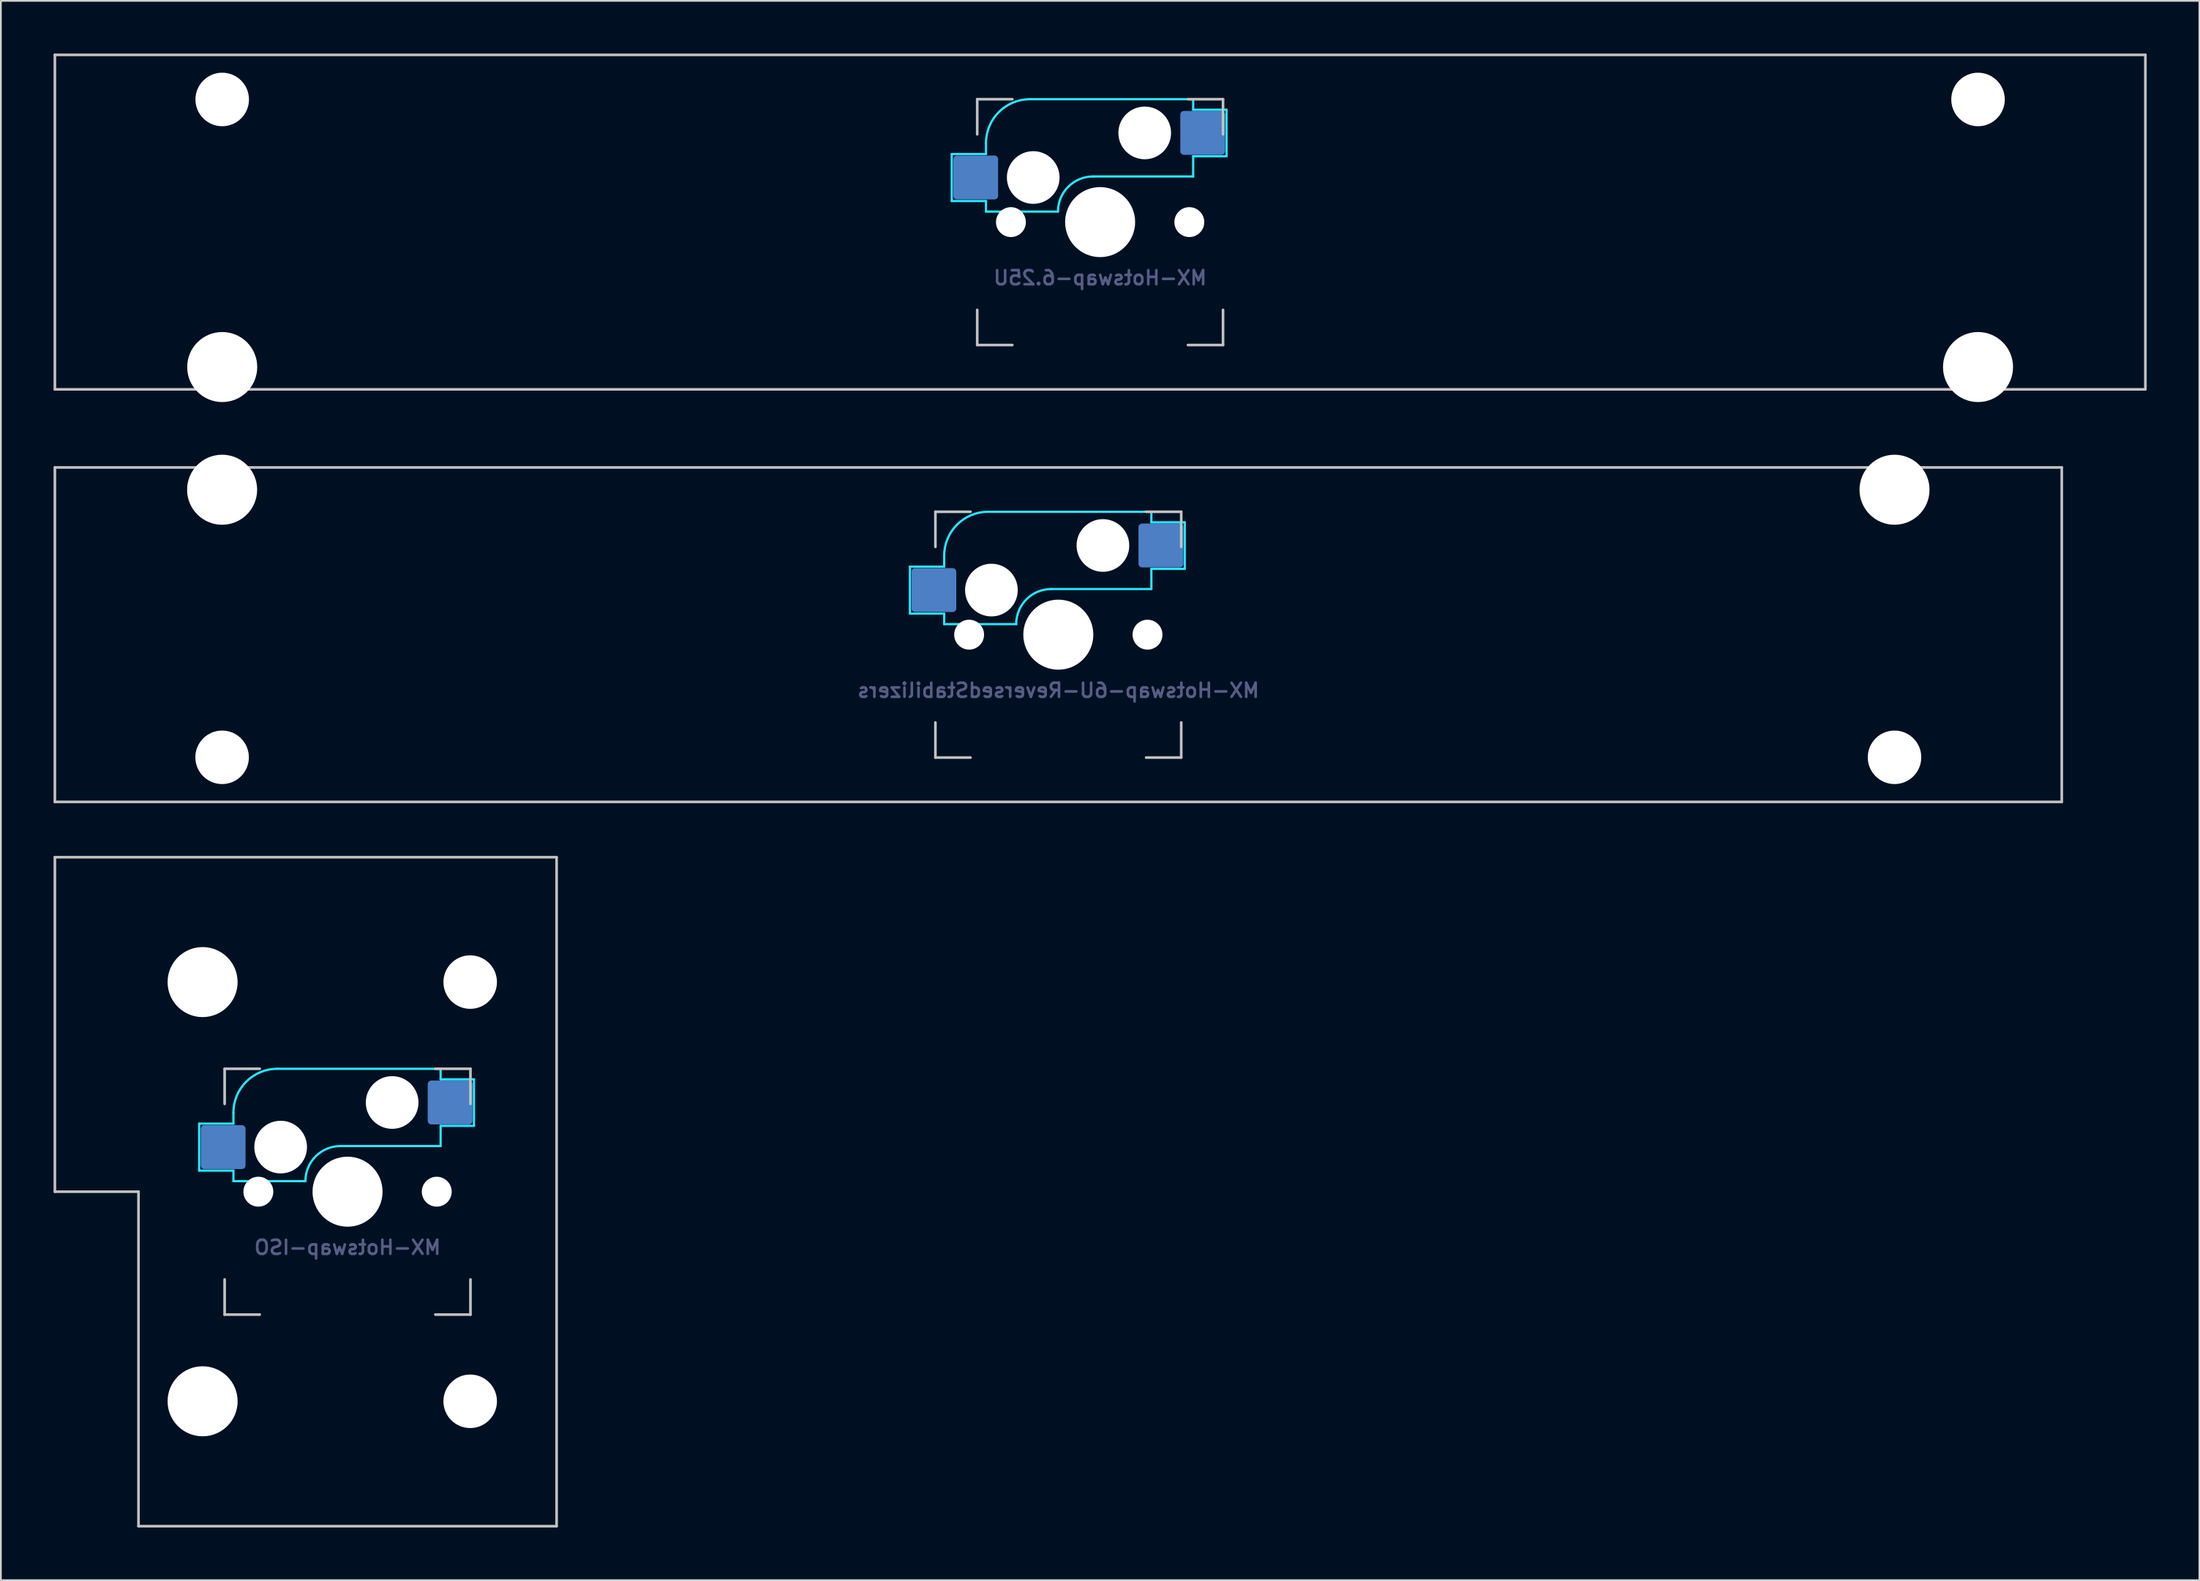
<source format=kicad_pcb>
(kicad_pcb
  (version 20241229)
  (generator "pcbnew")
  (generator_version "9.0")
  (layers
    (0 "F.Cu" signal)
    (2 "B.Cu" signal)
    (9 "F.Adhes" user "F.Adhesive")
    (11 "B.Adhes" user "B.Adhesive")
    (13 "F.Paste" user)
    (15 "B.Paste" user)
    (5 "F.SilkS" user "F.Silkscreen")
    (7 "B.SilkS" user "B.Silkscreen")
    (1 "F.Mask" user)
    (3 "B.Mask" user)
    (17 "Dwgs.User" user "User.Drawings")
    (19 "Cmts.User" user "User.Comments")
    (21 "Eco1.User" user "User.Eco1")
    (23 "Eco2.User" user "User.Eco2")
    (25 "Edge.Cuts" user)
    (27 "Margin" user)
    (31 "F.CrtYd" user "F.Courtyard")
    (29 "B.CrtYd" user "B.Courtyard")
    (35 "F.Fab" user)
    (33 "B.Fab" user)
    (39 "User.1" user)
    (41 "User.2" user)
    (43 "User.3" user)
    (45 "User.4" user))
  (footprint "MX-Hotswap-6U-ReversedStabilizers"
    (layer "F.Cu")
    (at 57.225 33.098)
    (property "Reference" "MX-Hotswap-6U-ReversedStabilizers" (at 0 3.175 0) (layer "B.Fab") (effects (font (size 0.8 0.8) (thickness 0.15)) (justify mirror)))
    (attr smd)
    (fp_line (start -57.15 9.525) (end -57.15 -9.525) (stroke (width 0.15) (type solid)) (layer "Dwgs.User"))
    (fp_line (start -7 -7) (end -7 -5) (stroke (width 0.15) (type solid)) (layer "Dwgs.User"))
    (fp_line (start -7 5) (end -7 7) (stroke (width 0.15) (type solid)) (layer "Dwgs.User"))
    (fp_line (start -7 7) (end -5 7) (stroke (width 0.15) (type solid)) (layer "Dwgs.User"))
    (fp_line (start -5 -7) (end -7 -7) (stroke (width 0.15) (type solid)) (layer "Dwgs.User"))
    (fp_line (start 5 -7) (end 7 -7) (stroke (width 0.15) (type solid)) (layer "Dwgs.User"))
    (fp_line (start 5 7) (end 7 7) (stroke (width 0.15) (type solid)) (layer "Dwgs.User"))
    (fp_line (start 7 -7) (end 7 -5) (stroke (width 0.15) (type solid)) (layer "Dwgs.User"))
    (fp_line (start 7 7) (end 7 5) (stroke (width 0.15) (type solid)) (layer "Dwgs.User"))
    (fp_line (start 57.15 -9.525) (end -57.15 -9.525) (stroke (width 0.15) (type solid)) (layer "Dwgs.User"))
    (fp_line (start 57.15 9.525) (end -57.15 9.525) (stroke (width 0.15) (type solid)) (layer "Dwgs.User"))
    (fp_line (start 57.15 9.525) (end 57.15 -9.525) (stroke (width 0.15) (type solid)) (layer "Dwgs.User"))
    (fp_line (start -8.45 -3.875) (end -8.45 -1.2) (stroke (width 0.127) (type solid)) (layer "B.CrtYd"))
    (fp_line (start -8.45 -1.2) (end -6.5 -1.2) (stroke (width 0.127) (type solid)) (layer "B.CrtYd"))
    (fp_line (start -6.5 -4.5) (end -6.5 -3.875) (stroke (width 0.127) (type solid)) (layer "B.CrtYd"))
    (fp_line (start -6.5 -3.875) (end -8.45 -3.875) (stroke (width 0.127) (type solid)) (layer "B.CrtYd"))
    (fp_line (start -6.5 -0.6) (end -6.5 -1.2) (stroke (width 0.127) (type solid)) (layer "B.CrtYd"))
    (fp_line (start -6.5 -0.6) (end -2.4 -0.6) (stroke (width 0.127) (type solid)) (layer "B.CrtYd"))
    (fp_line (start -0.4 -2.6) (end 5.3 -2.6) (stroke (width 0.127) (type solid)) (layer "B.CrtYd"))
    (fp_line (start 5.3 -7) (end -4 -7) (stroke (width 0.127) (type solid)) (layer "B.CrtYd"))
    (fp_line (start 5.3 -7) (end 5.3 -6.4) (stroke (width 0.127) (type solid)) (layer "B.CrtYd"))
    (fp_line (start 5.3 -6.4) (end 7.2 -6.4) (stroke (width 0.127) (type solid)) (layer "B.CrtYd"))
    (fp_line (start 5.3 -2.6) (end 5.3 -3.75) (stroke (width 0.127) (type solid)) (layer "B.CrtYd"))
    (fp_line (start 7.2 -6.4) (end 7.2 -3.75) (stroke (width 0.127) (type solid)) (layer "B.CrtYd"))
    (fp_line (start 7.2 -3.75) (end 5.3 -3.75) (stroke (width 0.127) (type solid)) (layer "B.CrtYd"))
    (fp_arc (start -6.5 -4.5) (mid -5.767767 -6.267767) (end -4 -7) (stroke (width 0.127) (type solid)) (layer "B.CrtYd"))
    (fp_arc (start -2.4 -0.6) (mid -1.814214 -2.014214) (end -0.4 -2.6) (stroke (width 0.127) (type solid)) (layer "B.CrtYd"))
    (pad "" np_thru_hole circle (at -47.625 -8.255) (size 3.988 3.988) (drill 3.988) (layers "*.Cu" "*.Mask"))
    (pad "" np_thru_hole circle (at -47.625 6.985) (size 3.048 3.048) (drill 3.048) (layers "*.Cu" "*.Mask"))
    (pad "" np_thru_hole circle (at -5.08 0 48.099) (size 1.702 1.702) (drill 1.702) (layers "*.Cu" "*.Mask"))
    (pad "" np_thru_hole circle (at -3.81 -2.54) (size 3 3) (drill 3) (layers "*.Cu" "*.Mask"))
    (pad "" np_thru_hole circle (at 0 0) (size 3.988 3.988) (drill 3.988) (layers "*.Cu" "*.Mask"))
    (pad "" np_thru_hole circle (at 2.54 -5.08) (size 3 3) (drill 3) (layers "*.Cu" "*.Mask"))
    (pad "" np_thru_hole circle (at 5.08 0 48.099) (size 1.702 1.702) (drill 1.702) (layers "*.Cu" "*.Mask"))
    (pad "" np_thru_hole circle (at 47.625 -8.255) (size 3.988 3.988) (drill 3.988) (layers "*.Cu" "*.Mask"))
    (pad "" np_thru_hole circle (at 47.625 6.985) (size 3.048 3.048) (drill 3.048) (layers "*.Cu" "*.Mask"))
    (pad "1" smd roundrect (at -7.085 -2.54) (size 2.55 2.5) (layers "B.Cu" "B.Mask" "B.Paste") (roundrect_rratio 0.08))
    (pad "2" smd roundrect (at 5.842 -5.08) (size 2.55 2.5) (layers "B.Cu" "B.Mask" "B.Paste") (roundrect_rratio 0.08)))
  (footprint "MX-Hotswap-6.25U"
    (layer "F.Cu")
    (at 59.606 9.6)
    (property "Reference" "MX-Hotswap-6.25U" (at 0 3.175 0) (layer "B.Fab") (effects (font (size 0.8 0.8) (thickness 0.15)) (justify mirror)))
    (attr smd)
    (fp_line (start -59.531 9.525) (end -59.531 -9.525) (stroke (width 0.15) (type solid)) (layer "Dwgs.User"))
    (fp_line (start -7 -7) (end -7 -5) (stroke (width 0.15) (type solid)) (layer "Dwgs.User"))
    (fp_line (start -7 5) (end -7 7) (stroke (width 0.15) (type solid)) (layer "Dwgs.User"))
    (fp_line (start -7 7) (end -5 7) (stroke (width 0.15) (type solid)) (layer "Dwgs.User"))
    (fp_line (start -5 -7) (end -7 -7) (stroke (width 0.15) (type solid)) (layer "Dwgs.User"))
    (fp_line (start 5 -7) (end 7 -7) (stroke (width 0.15) (type solid)) (layer "Dwgs.User"))
    (fp_line (start 5 7) (end 7 7) (stroke (width 0.15) (type solid)) (layer "Dwgs.User"))
    (fp_line (start 7 -7) (end 7 -5) (stroke (width 0.15) (type solid)) (layer "Dwgs.User"))
    (fp_line (start 7 7) (end 7 5) (stroke (width 0.15) (type solid)) (layer "Dwgs.User"))
    (fp_line (start 59.531 -9.525) (end -59.531 -9.525) (stroke (width 0.15) (type solid)) (layer "Dwgs.User"))
    (fp_line (start 59.531 9.525) (end -59.531 9.525) (stroke (width 0.15) (type solid)) (layer "Dwgs.User"))
    (fp_line (start 59.531 9.525) (end 59.531 -9.525) (stroke (width 0.15) (type solid)) (layer "Dwgs.User"))
    (fp_line (start -8.45 -3.875) (end -8.45 -1.2) (stroke (width 0.127) (type solid)) (layer "B.CrtYd"))
    (fp_line (start -8.45 -1.2) (end -6.5 -1.2) (stroke (width 0.127) (type solid)) (layer "B.CrtYd"))
    (fp_line (start -6.5 -4.5) (end -6.5 -3.875) (stroke (width 0.127) (type solid)) (layer "B.CrtYd"))
    (fp_line (start -6.5 -3.875) (end -8.45 -3.875) (stroke (width 0.127) (type solid)) (layer "B.CrtYd"))
    (fp_line (start -6.5 -0.6) (end -6.5 -1.2) (stroke (width 0.127) (type solid)) (layer "B.CrtYd"))
    (fp_line (start -6.5 -0.6) (end -2.4 -0.6) (stroke (width 0.127) (type solid)) (layer "B.CrtYd"))
    (fp_line (start -0.4 -2.6) (end 5.3 -2.6) (stroke (width 0.127) (type solid)) (layer "B.CrtYd"))
    (fp_line (start 5.3 -7) (end -4 -7) (stroke (width 0.127) (type solid)) (layer "B.CrtYd"))
    (fp_line (start 5.3 -7) (end 5.3 -6.4) (stroke (width 0.127) (type solid)) (layer "B.CrtYd"))
    (fp_line (start 5.3 -6.4) (end 7.2 -6.4) (stroke (width 0.127) (type solid)) (layer "B.CrtYd"))
    (fp_line (start 5.3 -2.6) (end 5.3 -3.75) (stroke (width 0.127) (type solid)) (layer "B.CrtYd"))
    (fp_line (start 7.2 -6.4) (end 7.2 -3.75) (stroke (width 0.127) (type solid)) (layer "B.CrtYd"))
    (fp_line (start 7.2 -3.75) (end 5.3 -3.75) (stroke (width 0.127) (type solid)) (layer "B.CrtYd"))
    (fp_arc (start -6.5 -4.5) (mid -5.767767 -6.267767) (end -4 -7) (stroke (width 0.127) (type solid)) (layer "B.CrtYd"))
    (fp_arc (start -2.4 -0.6) (mid -1.814214 -2.014214) (end -0.4 -2.6) (stroke (width 0.127) (type solid)) (layer "B.CrtYd"))
    (pad "" np_thru_hole circle (at -50 -6.985) (size 3.048 3.048) (drill 3.048) (layers "*.Cu" "*.Mask"))
    (pad "" np_thru_hole circle (at -50 8.255) (size 3.988 3.988) (drill 3.988) (layers "*.Cu" "*.Mask"))
    (pad "" np_thru_hole circle (at -5.08 0 48.099) (size 1.702 1.702) (drill 1.702) (layers "*.Cu" "*.Mask"))
    (pad "" np_thru_hole circle (at -3.81 -2.54) (size 3 3) (drill 3) (layers "*.Cu" "*.Mask"))
    (pad "" np_thru_hole circle (at 0 0) (size 3.988 3.988) (drill 3.988) (layers "*.Cu" "*.Mask"))
    (pad "" np_thru_hole circle (at 2.54 -5.08) (size 3 3) (drill 3) (layers "*.Cu" "*.Mask"))
    (pad "" np_thru_hole circle (at 5.08 0 48.099) (size 1.702 1.702) (drill 1.702) (layers "*.Cu" "*.Mask"))
    (pad "" np_thru_hole circle (at 50 -6.985) (size 3.048 3.048) (drill 3.048) (layers "*.Cu" "*.Mask"))
    (pad "" np_thru_hole circle (at 50 8.255) (size 3.988 3.988) (drill 3.988) (layers "*.Cu" "*.Mask"))
    (pad "1" smd roundrect (at -7.085 -2.54) (size 2.55 2.5) (layers "B.Cu" "B.Mask" "B.Paste") (roundrect_rratio 0.08))
    (pad "2" smd roundrect (at 5.842 -5.08) (size 2.55 2.5) (layers "B.Cu" "B.Mask" "B.Paste") (roundrect_rratio 0.08)))
  (footprint "MX-Hotswap-ISO"
    (layer "F.Cu")
    (at 16.744 64.823)
    (property "Reference" "MX-Hotswap-ISO" (at 0 3.175 0) (layer "B.Fab") (effects (font (size 0.8 0.8) (thickness 0.15)) (justify mirror)))
    (attr smd)
    (fp_line (start -16.669 -19.05) (end -16.669 0) (stroke (width 0.15) (type solid)) (layer "Dwgs.User"))
    (fp_line (start -16.669 -19.05) (end 11.906 -19.05) (stroke (width 0.15) (type solid)) (layer "Dwgs.User"))
    (fp_line (start -11.906 0) (end -16.669 0) (stroke (width 0.15) (type solid)) (layer "Dwgs.User"))
    (fp_line (start -11.906 19.05) (end -11.906 0) (stroke (width 0.15) (type solid)) (layer "Dwgs.User"))
    (fp_line (start -11.906 19.05) (end 11.906 19.05) (stroke (width 0.15) (type solid)) (layer "Dwgs.User"))
    (fp_line (start -7 -7) (end -7 -5) (stroke (width 0.15) (type solid)) (layer "Dwgs.User"))
    (fp_line (start -7 5) (end -7 7) (stroke (width 0.15) (type solid)) (layer "Dwgs.User"))
    (fp_line (start -7 7) (end -5 7) (stroke (width 0.15) (type solid)) (layer "Dwgs.User"))
    (fp_line (start -5 -7) (end -7 -7) (stroke (width 0.15) (type solid)) (layer "Dwgs.User"))
    (fp_line (start 5 -7) (end 7 -7) (stroke (width 0.15) (type solid)) (layer "Dwgs.User"))
    (fp_line (start 5 7) (end 7 7) (stroke (width 0.15) (type solid)) (layer "Dwgs.User"))
    (fp_line (start 7 -7) (end 7 -5) (stroke (width 0.15) (type solid)) (layer "Dwgs.User"))
    (fp_line (start 7 7) (end 7 5) (stroke (width 0.15) (type solid)) (layer "Dwgs.User"))
    (fp_line (start 11.906 -19.05) (end 11.906 19.05) (stroke (width 0.15) (type solid)) (layer "Dwgs.User"))
    (fp_line (start -8.45 -3.875) (end -8.45 -1.2) (stroke (width 0.127) (type solid)) (layer "B.CrtYd"))
    (fp_line (start -8.45 -1.2) (end -6.5 -1.2) (stroke (width 0.127) (type solid)) (layer "B.CrtYd"))
    (fp_line (start -6.5 -4.5) (end -6.5 -3.875) (stroke (width 0.127) (type solid)) (layer "B.CrtYd"))
    (fp_line (start -6.5 -3.875) (end -8.45 -3.875) (stroke (width 0.127) (type solid)) (layer "B.CrtYd"))
    (fp_line (start -6.5 -0.6) (end -6.5 -1.2) (stroke (width 0.127) (type solid)) (layer "B.CrtYd"))
    (fp_line (start -6.5 -0.6) (end -2.4 -0.6) (stroke (width 0.127) (type solid)) (layer "B.CrtYd"))
    (fp_line (start -0.4 -2.6) (end 5.3 -2.6) (stroke (width 0.127) (type solid)) (layer "B.CrtYd"))
    (fp_line (start 5.3 -7) (end -4 -7) (stroke (width 0.127) (type solid)) (layer "B.CrtYd"))
    (fp_line (start 5.3 -7) (end 5.3 -6.4) (stroke (width 0.127) (type solid)) (layer "B.CrtYd"))
    (fp_line (start 5.3 -6.4) (end 7.2 -6.4) (stroke (width 0.127) (type solid)) (layer "B.CrtYd"))
    (fp_line (start 5.3 -2.6) (end 5.3 -3.75) (stroke (width 0.127) (type solid)) (layer "B.CrtYd"))
    (fp_line (start 7.2 -6.4) (end 7.2 -3.75) (stroke (width 0.127) (type solid)) (layer "B.CrtYd"))
    (fp_line (start 7.2 -3.75) (end 5.3 -3.75) (stroke (width 0.127) (type solid)) (layer "B.CrtYd"))
    (fp_arc (start -6.5 -4.5) (mid -5.767767 -6.267767) (end -4 -7) (stroke (width 0.127) (type solid)) (layer "B.CrtYd"))
    (fp_arc (start -2.4 -0.6) (mid -1.814214 -2.014214) (end -0.4 -2.6) (stroke (width 0.127) (type solid)) (layer "B.CrtYd"))
    (pad "" np_thru_hole circle (at -8.255 -11.938) (size 3.988 3.988) (drill 3.988) (layers "*.Cu" "*.Mask"))
    (pad "" np_thru_hole circle (at -8.255 11.938) (size 3.988 3.988) (drill 3.988) (layers "*.Cu" "*.Mask"))
    (pad "" np_thru_hole circle (at -5.08 0 48.099) (size 1.702 1.702) (drill 1.702) (layers "*.Cu" "*.Mask"))
    (pad "" np_thru_hole circle (at -3.81 -2.54) (size 3 3) (drill 3) (layers "*.Cu" "*.Mask"))
    (pad "" np_thru_hole circle (at 0 0) (size 3.988 3.988) (drill 3.988) (layers "*.Cu" "*.Mask"))
    (pad "" np_thru_hole circle (at 2.54 -5.08) (size 3 3) (drill 3) (layers "*.Cu" "*.Mask"))
    (pad "" np_thru_hole circle (at 5.08 0 48.099) (size 1.702 1.702) (drill 1.702) (layers "*.Cu" "*.Mask"))
    (pad "" np_thru_hole circle (at 6.985 -11.938) (size 3.048 3.048) (drill 3.048) (layers "*.Cu" "*.Mask"))
    (pad "" np_thru_hole circle (at 6.985 11.938) (size 3.048 3.048) (drill 3.048) (layers "*.Cu" "*.Mask"))
    (pad "1" smd roundrect (at -7.085 -2.54) (size 2.55 2.5) (layers "B.Cu" "B.Mask" "B.Paste") (roundrect_rratio 0.08))
    (pad "2" smd roundrect (at 5.842 -5.08) (size 2.55 2.5) (layers "B.Cu" "B.Mask" "B.Paste") (roundrect_rratio 0.08)))
  (gr_rect
    (start -3 -3)
    (end 122.213 86.948)
    (stroke (width 0.1) (type default))
    (fill no)
    (layer "Edge.Cuts")))
</source>
